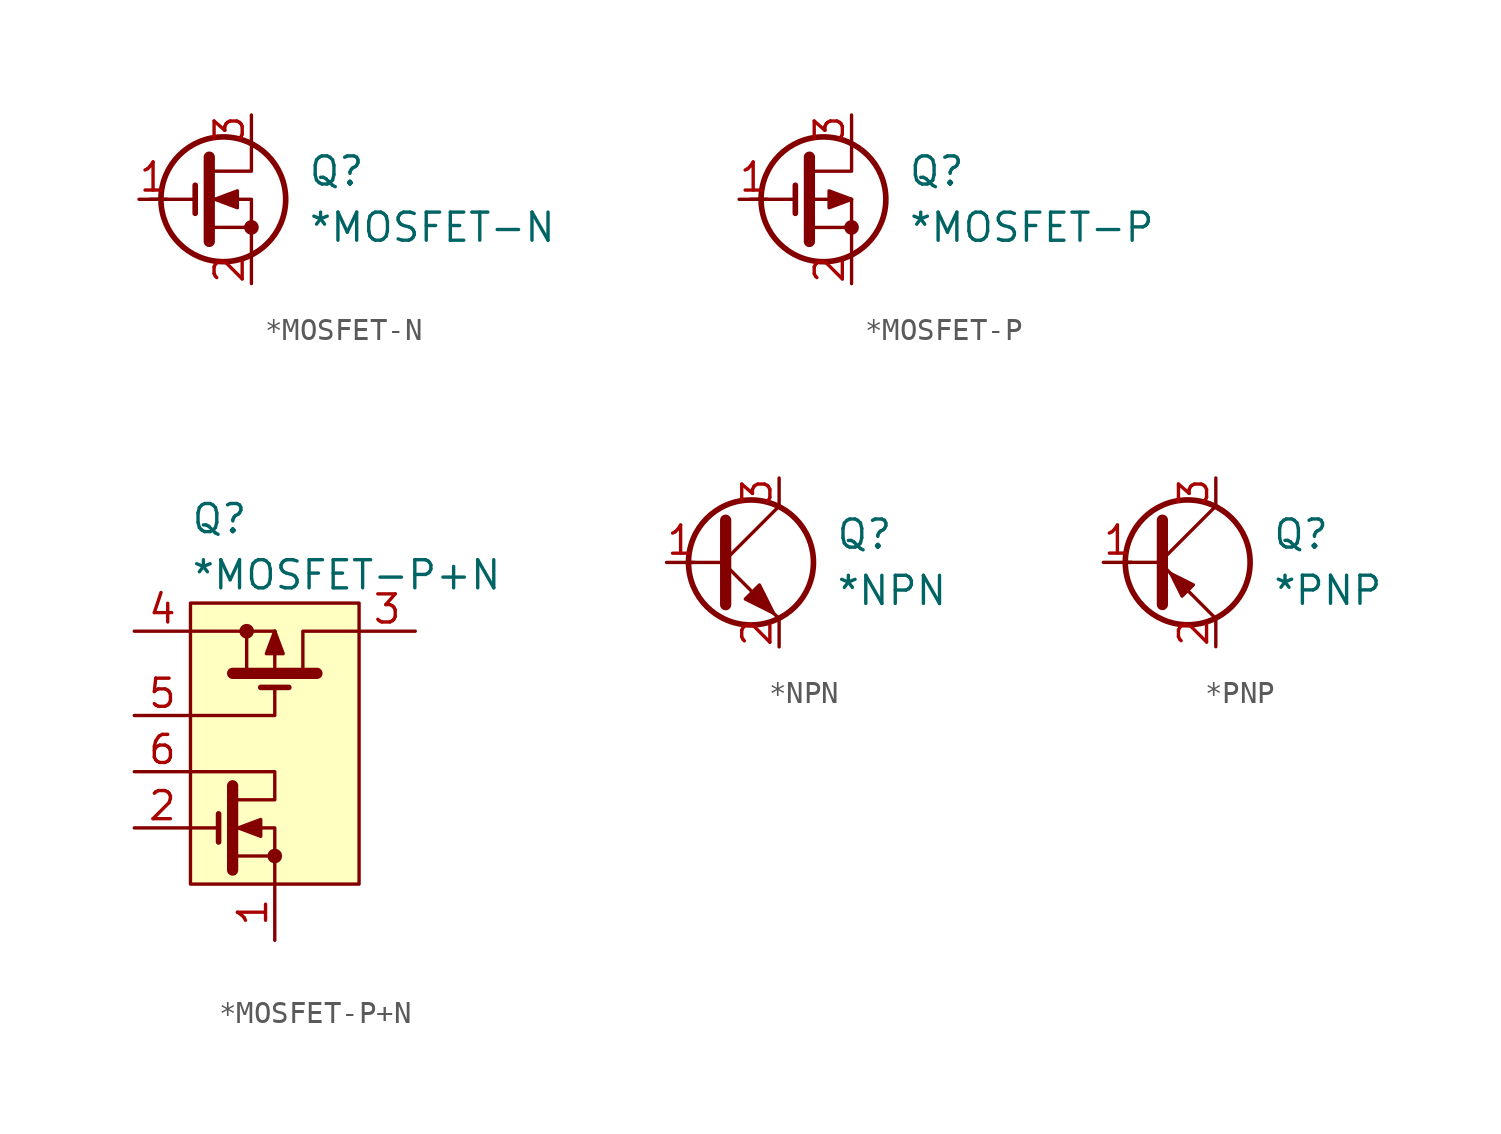
<source format=kicad_sym>
(kicad_symbol_lib
  (version 20211014)
  (generator kicad_symbol_editor)
  (symbol "*MOSFET-N"
    (pin_names
      (offset 0) hide)
    (property "Reference" "Q"
      (at 7.62 1.27 0)
      (effects (font (size 1.27 1.27)) (justify left)))
    (property "Value" "*MOSFET-N"
      (at 7.62 -1.27 0)
      (effects (font (size 1.27 1.27)) (justify left)))
    (symbol "*MOSFET-N_0_1"
      (polyline (pts (xy 0.508 0) (xy 2.54 0)) (stroke (width 0) (type default) (color 0 0 0 0)) (fill (type none)))
      (polyline (pts (xy 2.54 -0.635) (xy 2.54 0.635)) (stroke (width 0.254) (type default) (color 0 0 0 0)) (fill (type none)))
      (polyline (pts (xy 3.175 1.905) (xy 3.175 -1.905)) (stroke (width 0.508) (type default) (color 0 0 0 0)) (fill (type none)))
      (polyline (pts (xy 3.302 0) (xy 5.08 0) (xy 5.08 -1.27)) (stroke (width 0) (type default) (color 0 0 0 0)) (fill (type none)))
      (polyline (pts (xy 3.302 1.27) (xy 5.08 1.27) (xy 5.08 2.54)) (stroke (width 0) (type default) (color 0 0 0 0)) (fill (type none)))
      (polyline (pts (xy 3.302 -1.27) (xy 5.08 -1.27) (xy 5.08 -2.54) (xy 5.08 -2.54)) (stroke (width 0) (type default) (color 0 0 0 0)) (fill (type none)))
      (polyline (pts (xy 3.429 0) (xy 4.445 0.381) (xy 4.445 -0.381) (xy 3.429 0) (xy 3.556 0) (xy 3.556 0)) (stroke (width 0) (type default) (color 0 0 0 0)) (fill (type outline)))
      (circle (center 3.81 0) (radius 2.819) (stroke (width 0.254) (type default) (color 0 0 0 0)) (fill (type none)))
      (circle (center 5.08 -1.27) (radius 0.254) (stroke (width 0) (type default) (color 0 0 0 0)) (fill (type outline))))
    (symbol "*MOSFET-N_1_1"
      (pin passive line (at 0 0 0) (length 1.27) (name "G" (effects (font (size 1.27 1.27)))) (number "1" (effects (font (size 1.27 1.27)))))
      (pin passive line (at 5.08 -3.81 90) (length 1.27) (name "S" (effects (font (size 1.27 1.27)))) (number "2" (effects (font (size 1.27 1.27)))))
      (pin passive line (at 5.08 3.81 270) (length 1.27) (name "D" (effects (font (size 1.27 1.27)))) (number "3" (effects (font (size 1.27 1.27)))))))
  (symbol "*MOSFET-P"
    (pin_names
      (offset 0) hide)
    (property "Reference" "Q"
      (at 7.62 1.27 0)
      (effects (font (size 1.27 1.27)) (justify left)))
    (property "Value" "*MOSFET-P"
      (at 7.62 -1.27 0)
      (effects (font (size 1.27 1.27)) (justify left)))
    (symbol "*MOSFET-P_0_1"
      (polyline (pts (xy 0.508 0) (xy 2.54 0)) (stroke (width 0) (type default) (color 0 0 0 0)) (fill (type none)))
      (polyline (pts (xy 2.54 -0.635) (xy 2.54 0.635)) (stroke (width 0.254) (type default) (color 0 0 0 0)) (fill (type none)))
      (polyline (pts (xy 3.175 1.905) (xy 3.175 -1.905)) (stroke (width 0.508) (type default) (color 0 0 0 0)) (fill (type none)))
      (polyline (pts (xy 3.302 0) (xy 5.08 0)) (stroke (width 0) (type default) (color 0 0 0 0)) (fill (type none)))
      (polyline (pts (xy 5.08 0) (xy 5.08 -1.27)) (stroke (width 0) (type default) (color 0 0 0 0)) (fill (type none)))
      (polyline (pts (xy 3.302 -1.27) (xy 5.08 -1.27) (xy 5.08 -2.54) (xy 5.08 -2.54)) (stroke (width 0) (type default) (color 0 0 0 0)) (fill (type none)))
      (polyline (pts (xy 3.302 1.27) (xy 5.08 1.27) (xy 5.08 2.54) (xy 5.08 2.54)) (stroke (width 0) (type default) (color 0 0 0 0)) (fill (type none)))
      (polyline (pts (xy 4.064 0.381) (xy 4.064 -0.381) (xy 5.08 0) (xy 4.064 0.381)) (stroke (width 0) (type default) (color 0 0 0 0)) (fill (type outline)))
      (circle (center 3.81 0) (radius 2.819) (stroke (width 0.254) (type default) (color 0 0 0 0)) (fill (type none)))
      (circle (center 5.08 -1.27) (radius 0.254) (stroke (width 0) (type default) (color 0 0 0 0)) (fill (type outline))))
    (symbol "*MOSFET-P_1_1"
      (pin passive line (at 0 0 0) (length 1.27) (name "G" (effects (font (size 1.27 1.27)))) (number "1" (effects (font (size 1.27 1.27)))))
      (pin passive line (at 5.08 -3.81 90) (length 1.27) (name "S" (effects (font (size 1.27 1.27)))) (number "2" (effects (font (size 1.27 1.27)))))
      (pin passive line (at 5.08 3.81 270) (length 1.27) (name "D" (effects (font (size 1.27 1.27)))) (number "3" (effects (font (size 1.27 1.27)))))))
  (symbol "*MOSFET-P+N"
    (pin_names hide)
    (property "Reference" "Q"
      (at 2.54 5.08 0)
      (effects (font (size 1.27 1.27)) (justify left)))
    (property "Value" "*MOSFET-P+N"
      (at 2.54 2.54 0)
      (effects (font (size 1.27 1.27)) (justify left)))
    (symbol "*MOSFET-P+N_0_1"
      (polyline (pts (xy 6.35 -2.54) (xy 6.35 -3.81) (xy 2.54 -3.81)) (stroke (width 0) (type default) (color 0 0 0 0)) (fill (type none)))
      (polyline (pts (xy 2.54 -6.35) (xy 6.35 -6.35) (xy 6.35 -7.62) (xy 4.445 -7.62)) (stroke (width 0) (type default) (color 0 0 0 0)) (fill (type none)))
      (rectangle (start 2.54 1.27) (end 10.16 -11.43) (stroke (width 0) (type default) (color 0 0 0 0)) (fill (type background))))
    (symbol "*MOSFET-P+N_1_1"
      (polyline (pts (xy 2.54 -8.89) (xy 3.81 -8.89)) (stroke (width 0) (type default) (color 0 0 0 0)) (fill (type none)))
      (polyline (pts (xy 3.81 -9.525) (xy 3.81 -8.255)) (stroke (width 0.254) (type default) (color 0 0 0 0)) (fill (type none)))
      (polyline (pts (xy 4.445 -6.985) (xy 4.445 -10.795)) (stroke (width 0.508) (type default) (color 0 0 0 0)) (fill (type none)))
      (polyline (pts (xy 5.715 -2.54) (xy 6.985 -2.54)) (stroke (width 0.254) (type default) (color 0 0 0 0)) (fill (type none)))
      (polyline (pts (xy 6.35 -1.778) (xy 6.35 0)) (stroke (width 0) (type default) (color 0 0 0 0)) (fill (type none)))
      (polyline (pts (xy 6.35 0) (xy 5.08 0)) (stroke (width 0) (type default) (color 0 0 0 0)) (fill (type none)))
      (polyline (pts (xy 8.255 -1.905) (xy 4.445 -1.905)) (stroke (width 0.508) (type default) (color 0 0 0 0)) (fill (type none)))
      (polyline (pts (xy 4.572 -8.89) (xy 6.35 -8.89) (xy 6.35 -10.16)) (stroke (width 0) (type default) (color 0 0 0 0)) (fill (type none)))
      (polyline (pts (xy 5.08 -1.778) (xy 5.08 0) (xy 2.54 0)) (stroke (width 0) (type default) (color 0 0 0 0)) (fill (type none)))
      (polyline (pts (xy 7.62 -1.778) (xy 7.62 0) (xy 10.16 0)) (stroke (width 0) (type default) (color 0 0 0 0)) (fill (type none)))
      (polyline (pts (xy 4.572 -10.16) (xy 6.35 -10.16) (xy 6.35 -11.43) (xy 6.35 -11.43)) (stroke (width 0) (type default) (color 0 0 0 0)) (fill (type none)))
      (polyline (pts (xy 6.731 -1.016) (xy 5.969 -1.016) (xy 6.35 0) (xy 6.731 -1.016)) (stroke (width 0) (type default) (color 0 0 0 0)) (fill (type outline)))
      (polyline (pts (xy 4.699 -8.89) (xy 5.715 -8.509) (xy 5.715 -9.271) (xy 4.699 -8.89) (xy 4.826 -8.89) (xy 4.826 -8.89)) (stroke (width 0) (type default) (color 0 0 0 0)) (fill (type outline)))
      (circle (center 5.08 0) (radius 0.254) (stroke (width 0) (type default) (color 0 0 0 0)) (fill (type outline)))
      (circle (center 6.35 -10.16) (radius 0.254) (stroke (width 0) (type default) (color 0 0 0 0)) (fill (type outline)))
      (pin passive line (at 6.35 -13.97 90) (length 2.54) (name "S1" (effects (font (size 1.27 1.27)))) (number "1" (effects (font (size 1.27 1.27)))))
      (pin passive line (at 0 -8.89 0) (length 2.54) (name "G1" (effects (font (size 1.27 1.27)))) (number "2" (effects (font (size 1.27 1.27)))))
      (pin passive line (at 12.7 0 180) (length 2.54) (name "D2" (effects (font (size 1.27 1.27)))) (number "3" (effects (font (size 1.27 1.27)))))
      (pin passive line (at 0 0 0) (length 2.54) (name "S2" (effects (font (size 1.27 1.27)))) (number "4" (effects (font (size 1.27 1.27)))))
      (pin passive line (at 0 -3.81 0) (length 2.54) (name "G2" (effects (font (size 1.27 1.27)))) (number "5" (effects (font (size 1.27 1.27)))))
      (pin passive line (at 0 -6.35 0) (length 2.54) (name "D1" (effects (font (size 1.27 1.27)))) (number "6" (effects (font (size 1.27 1.27)))))))
  (symbol "*NPN"
    (pin_names
      (offset 0) hide)
    (property "Reference" "Q"
      (at 7.62 1.27 0)
      (effects (font (size 1.27 1.27)) (justify left)))
    (property "Value" "*NPN"
      (at 7.62 -1.27 0)
      (effects (font (size 1.27 1.27)) (justify left)))
    (symbol "*NPN_0_1"
      (polyline (pts (xy 2.54 0) (xy 5.08 -2.54)) (stroke (width 0) (type default) (color 0 0 0 0)) (fill (type none)))
      (polyline (pts (xy 2.667 0) (xy 0.889 0)) (stroke (width 0) (type default) (color 0 0 0 0)) (fill (type none)))
      (polyline (pts (xy 5.08 2.54) (xy 2.54 0)) (stroke (width 0) (type default) (color 0 0 0 0)) (fill (type none)))
      (polyline (pts (xy 2.667 1.905) (xy 2.667 -1.905) (xy 2.667 -1.905)) (stroke (width 0.508) (type default) (color 0 0 0 0)) (fill (type none)))
      (polyline (pts (xy 3.556 -1.651) (xy 4.191 -1.016) (xy 4.826 -2.286) (xy 3.556 -1.651)) (stroke (width 0) (type default) (color 0 0 0 0)) (fill (type outline)))
      (circle (center 3.81 0) (radius 2.819) (stroke (width 0.254) (type default) (color 0 0 0 0)) (fill (type none))))
    (symbol "*NPN_1_1"
      (pin input line (at 0 0 0) (length 1.27) (name "B" (effects (font (size 1.27 1.27)))) (number "1" (effects (font (size 1.27 1.27)))))
      (pin passive line (at 5.08 -3.81 90) (length 1.27) (name "E" (effects (font (size 1.27 1.27)))) (number "2" (effects (font (size 1.27 1.27)))))
      (pin passive line (at 5.08 3.81 270) (length 1.27) (name "C" (effects (font (size 1.27 1.27)))) (number "3" (effects (font (size 1.27 1.27)))))))
  (symbol "*PNP"
    (pin_names
      (offset 0) hide)
    (property "Reference" "Q"
      (at 7.62 1.27 0)
      (effects (font (size 1.27 1.27)) (justify left)))
    (property "Value" "*PNP"
      (at 7.62 -1.27 0)
      (effects (font (size 1.27 1.27)) (justify left)))
    (symbol "*PNP_0_1"
      (polyline (pts (xy 2.54 0) (xy 1.016 0)) (stroke (width 0) (type default) (color 0 0 0 0)) (fill (type none)))
      (polyline (pts (xy 2.54 0) (xy 5.08 -2.54)) (stroke (width 0) (type default) (color 0 0 0 0)) (fill (type none)))
      (polyline (pts (xy 5.08 2.54) (xy 2.54 0)) (stroke (width 0) (type default) (color 0 0 0 0)) (fill (type none)))
      (polyline (pts (xy 2.667 -1.905) (xy 2.667 1.905) (xy 2.667 1.905)) (stroke (width 0.508) (type default) (color 0 0 0 0)) (fill (type none)))
      (polyline (pts (xy 3.556 -1.524) (xy 4.064 -1.016) (xy 3.048 -0.508) (xy 3.556 -1.524) (xy 3.556 -1.524)) (stroke (width 0) (type default) (color 0 0 0 0)) (fill (type outline)))
      (circle (center 3.81 0) (radius 2.819) (stroke (width 0.254) (type default) (color 0 0 0 0)) (fill (type none))))
    (symbol "*PNP_1_1"
      (pin input line (at 0 0 0) (length 1.27) (name "B" (effects (font (size 1.27 1.27)))) (number "1" (effects (font (size 1.27 1.27)))))
      (pin passive line (at 5.08 -3.81 90) (length 1.27) (name "E" (effects (font (size 1.27 1.27)))) (number "2" (effects (font (size 1.27 1.27)))))
      (pin passive line (at 5.08 3.81 270) (length 1.27) (name "C" (effects (font (size 1.27 1.27)))) (number "3" (effects (font (size 1.27 1.27))))))))
</source>
